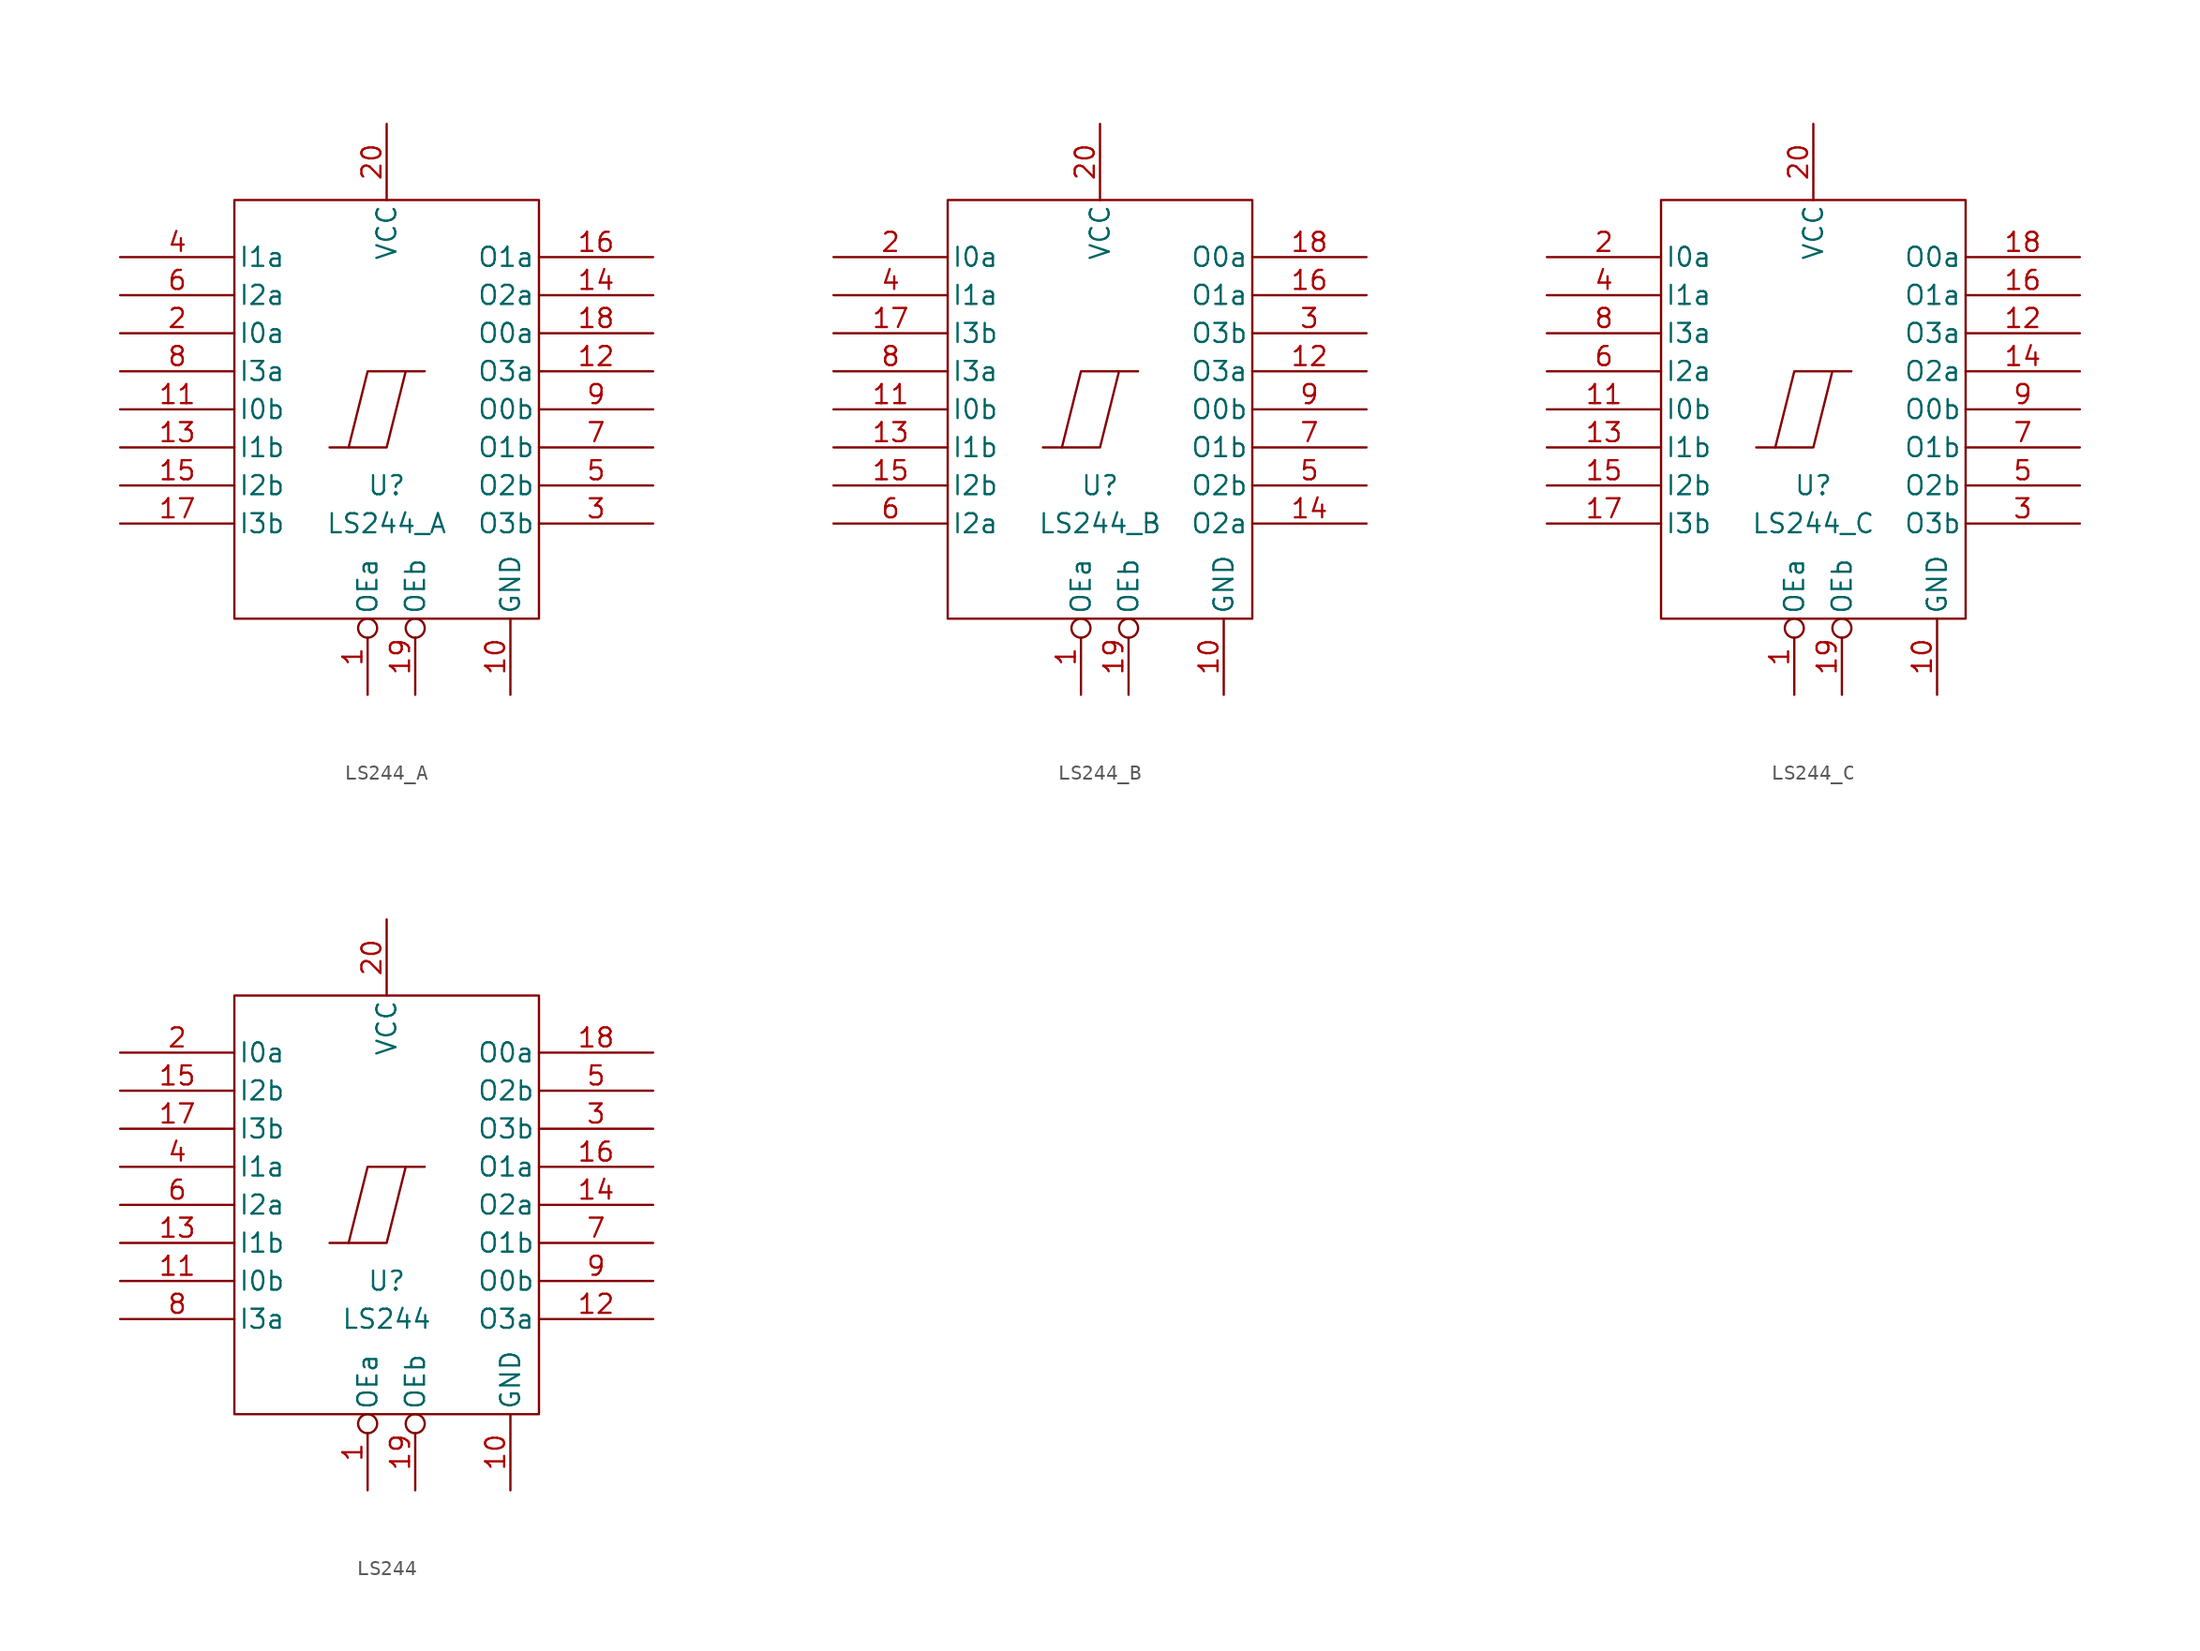
<source format=kicad_sym>
(kicad_symbol_lib
  (version 20211014)
  (generator kicad_symbol_editor)
  (symbol "LS244_A"
    (pin_names
      (offset 0.254))
    (property "Reference" "U"
      (at 0 -5.08 0)
      (effects (font (size 1.27 1.27))))
    (property "Value" "LS244_A"
      (at 0 -7.62 0)
      (effects (font (size 1.27 1.27))))
    (symbol "LS244_A_0_0"
      (pin power_in line (at 8.255 -19.05 90) (length 5.08) (name "GND" (effects (font (size 1.27 1.27)))) (number "10" (effects (font (size 1.27 1.27))))))
    (symbol "LS244_A_0_1"
      (rectangle (start -10.16 13.97) (end 10.16 -13.97) (stroke (width 0) (type default) (color 0 0 0 0)) (fill (type none)))
      (polyline (pts (xy 1.27 2.54) (xy 0 -2.54) (xy -2.54 -2.54)) (stroke (width 0) (type default) (color 0 0 0 0)) (fill (type none)))
      (polyline (pts (xy 2.54 2.54) (xy -1.27 2.54) (xy -2.54 -2.54) (xy -3.81 -2.54)) (stroke (width 0) (type default) (color 0 0 0 0)) (fill (type none))))
    (symbol "LS244_A_1_0"
      (pin power_in line (at 0 19.05 270) (length 5.08) (name "VCC" (effects (font (size 1.27 1.27)))) (number "20" (effects (font (size 1.27 1.27))))))
    (symbol "LS244_A_1_1"
      (pin input inverted (at -1.27 -19.05 90) (length 5.08) (name "OEa" (effects (font (size 1.27 1.27)))) (number "1" (effects (font (size 1.27 1.27)))))
      (pin input line (at -17.78 0 0) (length 7.62) (name "I0b" (effects (font (size 1.27 1.27)))) (number "11" (effects (font (size 1.27 1.27)))))
      (pin tri_state line (at 17.78 2.54 180) (length 7.62) (name "O3a" (effects (font (size 1.27 1.27)))) (number "12" (effects (font (size 1.27 1.27)))))
      (pin input line (at -17.78 -2.54 0) (length 7.62) (name "I1b" (effects (font (size 1.27 1.27)))) (number "13" (effects (font (size 1.27 1.27)))))
      (pin tri_state line (at 17.78 7.62 180) (length 7.62) (name "O2a" (effects (font (size 1.27 1.27)))) (number "14" (effects (font (size 1.27 1.27)))))
      (pin input line (at -17.78 -5.08 0) (length 7.62) (name "I2b" (effects (font (size 1.27 1.27)))) (number "15" (effects (font (size 1.27 1.27)))))
      (pin tri_state line (at 17.78 10.16 180) (length 7.62) (name "O1a" (effects (font (size 1.27 1.27)))) (number "16" (effects (font (size 1.27 1.27)))))
      (pin input line (at -17.78 -7.62 0) (length 7.62) (name "I3b" (effects (font (size 1.27 1.27)))) (number "17" (effects (font (size 1.27 1.27)))))
      (pin tri_state line (at 17.78 5.08 180) (length 7.62) (name "O0a" (effects (font (size 1.27 1.27)))) (number "18" (effects (font (size 1.27 1.27)))))
      (pin input inverted (at 1.905 -19.05 90) (length 5.08) (name "OEb" (effects (font (size 1.27 1.27)))) (number "19" (effects (font (size 1.27 1.27)))))
      (pin input line (at -17.78 5.08 0) (length 7.62) (name "I0a" (effects (font (size 1.27 1.27)))) (number "2" (effects (font (size 1.27 1.27)))))
      (pin tri_state line (at 17.78 -7.62 180) (length 7.62) (name "O3b" (effects (font (size 1.27 1.27)))) (number "3" (effects (font (size 1.27 1.27)))))
      (pin input line (at -17.78 10.16 0) (length 7.62) (name "I1a" (effects (font (size 1.27 1.27)))) (number "4" (effects (font (size 1.27 1.27)))))
      (pin tri_state line (at 17.78 -5.08 180) (length 7.62) (name "O2b" (effects (font (size 1.27 1.27)))) (number "5" (effects (font (size 1.27 1.27)))))
      (pin input line (at -17.78 7.62 0) (length 7.62) (name "I2a" (effects (font (size 1.27 1.27)))) (number "6" (effects (font (size 1.27 1.27)))))
      (pin tri_state line (at 17.78 -2.54 180) (length 7.62) (name "O1b" (effects (font (size 1.27 1.27)))) (number "7" (effects (font (size 1.27 1.27)))))
      (pin input line (at -17.78 2.54 0) (length 7.62) (name "I3a" (effects (font (size 1.27 1.27)))) (number "8" (effects (font (size 1.27 1.27)))))
      (pin tri_state line (at 17.78 0 180) (length 7.62) (name "O0b" (effects (font (size 1.27 1.27)))) (number "9" (effects (font (size 1.27 1.27)))))))
  (symbol "LS244_B"
    (pin_names
      (offset 0.254))
    (property "Reference" "U"
      (at 0 -5.08 0)
      (effects (font (size 1.27 1.27))))
    (property "Value" "LS244_B"
      (at 0 -7.62 0)
      (effects (font (size 1.27 1.27))))
    (symbol "LS244_B_0_0"
      (pin power_in line (at 8.255 -19.05 90) (length 5.08) (name "GND" (effects (font (size 1.27 1.27)))) (number "10" (effects (font (size 1.27 1.27))))))
    (symbol "LS244_B_0_1"
      (rectangle (start -10.16 13.97) (end 10.16 -13.97) (stroke (width 0) (type default) (color 0 0 0 0)) (fill (type none)))
      (polyline (pts (xy 1.27 2.54) (xy 0 -2.54) (xy -2.54 -2.54)) (stroke (width 0) (type default) (color 0 0 0 0)) (fill (type none)))
      (polyline (pts (xy 2.54 2.54) (xy -1.27 2.54) (xy -2.54 -2.54) (xy -3.81 -2.54)) (stroke (width 0) (type default) (color 0 0 0 0)) (fill (type none))))
    (symbol "LS244_B_1_0"
      (pin power_in line (at 0 19.05 270) (length 5.08) (name "VCC" (effects (font (size 1.27 1.27)))) (number "20" (effects (font (size 1.27 1.27))))))
    (symbol "LS244_B_1_1"
      (pin input inverted (at -1.27 -19.05 90) (length 5.08) (name "OEa" (effects (font (size 1.27 1.27)))) (number "1" (effects (font (size 1.27 1.27)))))
      (pin input line (at -17.78 0 0) (length 7.62) (name "I0b" (effects (font (size 1.27 1.27)))) (number "11" (effects (font (size 1.27 1.27)))))
      (pin tri_state line (at 17.78 2.54 180) (length 7.62) (name "O3a" (effects (font (size 1.27 1.27)))) (number "12" (effects (font (size 1.27 1.27)))))
      (pin input line (at -17.78 -2.54 0) (length 7.62) (name "I1b" (effects (font (size 1.27 1.27)))) (number "13" (effects (font (size 1.27 1.27)))))
      (pin tri_state line (at 17.78 -7.62 180) (length 7.62) (name "O2a" (effects (font (size 1.27 1.27)))) (number "14" (effects (font (size 1.27 1.27)))))
      (pin input line (at -17.78 -5.08 0) (length 7.62) (name "I2b" (effects (font (size 1.27 1.27)))) (number "15" (effects (font (size 1.27 1.27)))))
      (pin tri_state line (at 17.78 7.62 180) (length 7.62) (name "O1a" (effects (font (size 1.27 1.27)))) (number "16" (effects (font (size 1.27 1.27)))))
      (pin input line (at -17.78 5.08 0) (length 7.62) (name "I3b" (effects (font (size 1.27 1.27)))) (number "17" (effects (font (size 1.27 1.27)))))
      (pin tri_state line (at 17.78 10.16 180) (length 7.62) (name "O0a" (effects (font (size 1.27 1.27)))) (number "18" (effects (font (size 1.27 1.27)))))
      (pin input inverted (at 1.905 -19.05 90) (length 5.08) (name "OEb" (effects (font (size 1.27 1.27)))) (number "19" (effects (font (size 1.27 1.27)))))
      (pin input line (at -17.78 10.16 0) (length 7.62) (name "I0a" (effects (font (size 1.27 1.27)))) (number "2" (effects (font (size 1.27 1.27)))))
      (pin tri_state line (at 17.78 5.08 180) (length 7.62) (name "O3b" (effects (font (size 1.27 1.27)))) (number "3" (effects (font (size 1.27 1.27)))))
      (pin input line (at -17.78 7.62 0) (length 7.62) (name "I1a" (effects (font (size 1.27 1.27)))) (number "4" (effects (font (size 1.27 1.27)))))
      (pin tri_state line (at 17.78 -5.08 180) (length 7.62) (name "O2b" (effects (font (size 1.27 1.27)))) (number "5" (effects (font (size 1.27 1.27)))))
      (pin input line (at -17.78 -7.62 0) (length 7.62) (name "I2a" (effects (font (size 1.27 1.27)))) (number "6" (effects (font (size 1.27 1.27)))))
      (pin tri_state line (at 17.78 -2.54 180) (length 7.62) (name "O1b" (effects (font (size 1.27 1.27)))) (number "7" (effects (font (size 1.27 1.27)))))
      (pin input line (at -17.78 2.54 0) (length 7.62) (name "I3a" (effects (font (size 1.27 1.27)))) (number "8" (effects (font (size 1.27 1.27)))))
      (pin tri_state line (at 17.78 0 180) (length 7.62) (name "O0b" (effects (font (size 1.27 1.27)))) (number "9" (effects (font (size 1.27 1.27)))))))
  (symbol "LS244_C"
    (pin_names
      (offset 0.254))
    (property "Reference" "U"
      (at 0 -5.08 0)
      (effects (font (size 1.27 1.27))))
    (property "Value" "LS244_C"
      (at 0 -7.62 0)
      (effects (font (size 1.27 1.27))))
    (symbol "LS244_C_0_0"
      (pin power_in line (at 8.255 -19.05 90) (length 5.08) (name "GND" (effects (font (size 1.27 1.27)))) (number "10" (effects (font (size 1.27 1.27))))))
    (symbol "LS244_C_0_1"
      (rectangle (start -10.16 13.97) (end 10.16 -13.97) (stroke (width 0) (type default) (color 0 0 0 0)) (fill (type none)))
      (polyline (pts (xy 1.27 2.54) (xy 0 -2.54) (xy -2.54 -2.54)) (stroke (width 0) (type default) (color 0 0 0 0)) (fill (type none)))
      (polyline (pts (xy 2.54 2.54) (xy -1.27 2.54) (xy -2.54 -2.54) (xy -3.81 -2.54)) (stroke (width 0) (type default) (color 0 0 0 0)) (fill (type none))))
    (symbol "LS244_C_1_0"
      (pin power_in line (at 0 19.05 270) (length 5.08) (name "VCC" (effects (font (size 1.27 1.27)))) (number "20" (effects (font (size 1.27 1.27))))))
    (symbol "LS244_C_1_1"
      (pin input inverted (at -1.27 -19.05 90) (length 5.08) (name "OEa" (effects (font (size 1.27 1.27)))) (number "1" (effects (font (size 1.27 1.27)))))
      (pin input line (at -17.78 0 0) (length 7.62) (name "I0b" (effects (font (size 1.27 1.27)))) (number "11" (effects (font (size 1.27 1.27)))))
      (pin tri_state line (at 17.78 5.08 180) (length 7.62) (name "O3a" (effects (font (size 1.27 1.27)))) (number "12" (effects (font (size 1.27 1.27)))))
      (pin input line (at -17.78 -2.54 0) (length 7.62) (name "I1b" (effects (font (size 1.27 1.27)))) (number "13" (effects (font (size 1.27 1.27)))))
      (pin tri_state line (at 17.78 2.54 180) (length 7.62) (name "O2a" (effects (font (size 1.27 1.27)))) (number "14" (effects (font (size 1.27 1.27)))))
      (pin input line (at -17.78 -5.08 0) (length 7.62) (name "I2b" (effects (font (size 1.27 1.27)))) (number "15" (effects (font (size 1.27 1.27)))))
      (pin tri_state line (at 17.78 7.62 180) (length 7.62) (name "O1a" (effects (font (size 1.27 1.27)))) (number "16" (effects (font (size 1.27 1.27)))))
      (pin input line (at -17.78 -7.62 0) (length 7.62) (name "I3b" (effects (font (size 1.27 1.27)))) (number "17" (effects (font (size 1.27 1.27)))))
      (pin tri_state line (at 17.78 10.16 180) (length 7.62) (name "O0a" (effects (font (size 1.27 1.27)))) (number "18" (effects (font (size 1.27 1.27)))))
      (pin input inverted (at 1.905 -19.05 90) (length 5.08) (name "OEb" (effects (font (size 1.27 1.27)))) (number "19" (effects (font (size 1.27 1.27)))))
      (pin input line (at -17.78 10.16 0) (length 7.62) (name "I0a" (effects (font (size 1.27 1.27)))) (number "2" (effects (font (size 1.27 1.27)))))
      (pin tri_state line (at 17.78 -7.62 180) (length 7.62) (name "O3b" (effects (font (size 1.27 1.27)))) (number "3" (effects (font (size 1.27 1.27)))))
      (pin input line (at -17.78 7.62 0) (length 7.62) (name "I1a" (effects (font (size 1.27 1.27)))) (number "4" (effects (font (size 1.27 1.27)))))
      (pin tri_state line (at 17.78 -5.08 180) (length 7.62) (name "O2b" (effects (font (size 1.27 1.27)))) (number "5" (effects (font (size 1.27 1.27)))))
      (pin input line (at -17.78 2.54 0) (length 7.62) (name "I2a" (effects (font (size 1.27 1.27)))) (number "6" (effects (font (size 1.27 1.27)))))
      (pin tri_state line (at 17.78 -2.54 180) (length 7.62) (name "O1b" (effects (font (size 1.27 1.27)))) (number "7" (effects (font (size 1.27 1.27)))))
      (pin input line (at -17.78 5.08 0) (length 7.62) (name "I3a" (effects (font (size 1.27 1.27)))) (number "8" (effects (font (size 1.27 1.27)))))
      (pin tri_state line (at 17.78 0 180) (length 7.62) (name "O0b" (effects (font (size 1.27 1.27)))) (number "9" (effects (font (size 1.27 1.27)))))))
  (symbol "LS244"
    (pin_names
      (offset 0.254))
    (property "Reference" "U"
      (at 0 -5.08 0)
      (effects (font (size 1.27 1.27))))
    (property "Value" "LS244"
      (at 0 -7.62 0)
      (effects (font (size 1.27 1.27))))
    (symbol "LS244_0_0"
      (pin power_in line (at 8.255 -19.05 90) (length 5.08) (name "GND" (effects (font (size 1.27 1.27)))) (number "10" (effects (font (size 1.27 1.27))))))
    (symbol "LS244_0_1"
      (rectangle (start -10.16 13.97) (end 10.16 -13.97) (stroke (width 0) (type default) (color 0 0 0 0)) (fill (type none)))
      (polyline (pts (xy 1.27 2.54) (xy 0 -2.54) (xy -2.54 -2.54)) (stroke (width 0) (type default) (color 0 0 0 0)) (fill (type none)))
      (polyline (pts (xy 2.54 2.54) (xy -1.27 2.54) (xy -2.54 -2.54) (xy -3.81 -2.54)) (stroke (width 0) (type default) (color 0 0 0 0)) (fill (type none))))
    (symbol "LS244_1_0"
      (pin power_in line (at 0 19.05 270) (length 5.08) (name "VCC" (effects (font (size 1.27 1.27)))) (number "20" (effects (font (size 1.27 1.27))))))
    (symbol "LS244_1_1"
      (pin input inverted (at -1.27 -19.05 90) (length 5.08) (name "OEa" (effects (font (size 1.27 1.27)))) (number "1" (effects (font (size 1.27 1.27)))))
      (pin input line (at -17.78 -5.08 0) (length 7.62) (name "I0b" (effects (font (size 1.27 1.27)))) (number "11" (effects (font (size 1.27 1.27)))))
      (pin tri_state line (at 17.78 -7.62 180) (length 7.62) (name "O3a" (effects (font (size 1.27 1.27)))) (number "12" (effects (font (size 1.27 1.27)))))
      (pin input line (at -17.78 -2.54 0) (length 7.62) (name "I1b" (effects (font (size 1.27 1.27)))) (number "13" (effects (font (size 1.27 1.27)))))
      (pin tri_state line (at 17.78 0 180) (length 7.62) (name "O2a" (effects (font (size 1.27 1.27)))) (number "14" (effects (font (size 1.27 1.27)))))
      (pin input line (at -17.78 7.62 0) (length 7.62) (name "I2b" (effects (font (size 1.27 1.27)))) (number "15" (effects (font (size 1.27 1.27)))))
      (pin tri_state line (at 17.78 2.54 180) (length 7.62) (name "O1a" (effects (font (size 1.27 1.27)))) (number "16" (effects (font (size 1.27 1.27)))))
      (pin input line (at -17.78 5.08 0) (length 7.62) (name "I3b" (effects (font (size 1.27 1.27)))) (number "17" (effects (font (size 1.27 1.27)))))
      (pin tri_state line (at 17.78 10.16 180) (length 7.62) (name "O0a" (effects (font (size 1.27 1.27)))) (number "18" (effects (font (size 1.27 1.27)))))
      (pin input inverted (at 1.905 -19.05 90) (length 5.08) (name "OEb" (effects (font (size 1.27 1.27)))) (number "19" (effects (font (size 1.27 1.27)))))
      (pin input line (at -17.78 10.16 0) (length 7.62) (name "I0a" (effects (font (size 1.27 1.27)))) (number "2" (effects (font (size 1.27 1.27)))))
      (pin tri_state line (at 17.78 5.08 180) (length 7.62) (name "O3b" (effects (font (size 1.27 1.27)))) (number "3" (effects (font (size 1.27 1.27)))))
      (pin input line (at -17.78 2.54 0) (length 7.62) (name "I1a" (effects (font (size 1.27 1.27)))) (number "4" (effects (font (size 1.27 1.27)))))
      (pin tri_state line (at 17.78 7.62 180) (length 7.62) (name "O2b" (effects (font (size 1.27 1.27)))) (number "5" (effects (font (size 1.27 1.27)))))
      (pin input line (at -17.78 0 0) (length 7.62) (name "I2a" (effects (font (size 1.27 1.27)))) (number "6" (effects (font (size 1.27 1.27)))))
      (pin tri_state line (at 17.78 -2.54 180) (length 7.62) (name "O1b" (effects (font (size 1.27 1.27)))) (number "7" (effects (font (size 1.27 1.27)))))
      (pin input line (at -17.78 -7.62 0) (length 7.62) (name "I3a" (effects (font (size 1.27 1.27)))) (number "8" (effects (font (size 1.27 1.27)))))
      (pin tri_state line (at 17.78 -5.08 180) (length 7.62) (name "O0b" (effects (font (size 1.27 1.27)))) (number "9" (effects (font (size 1.27 1.27))))))))
</source>
